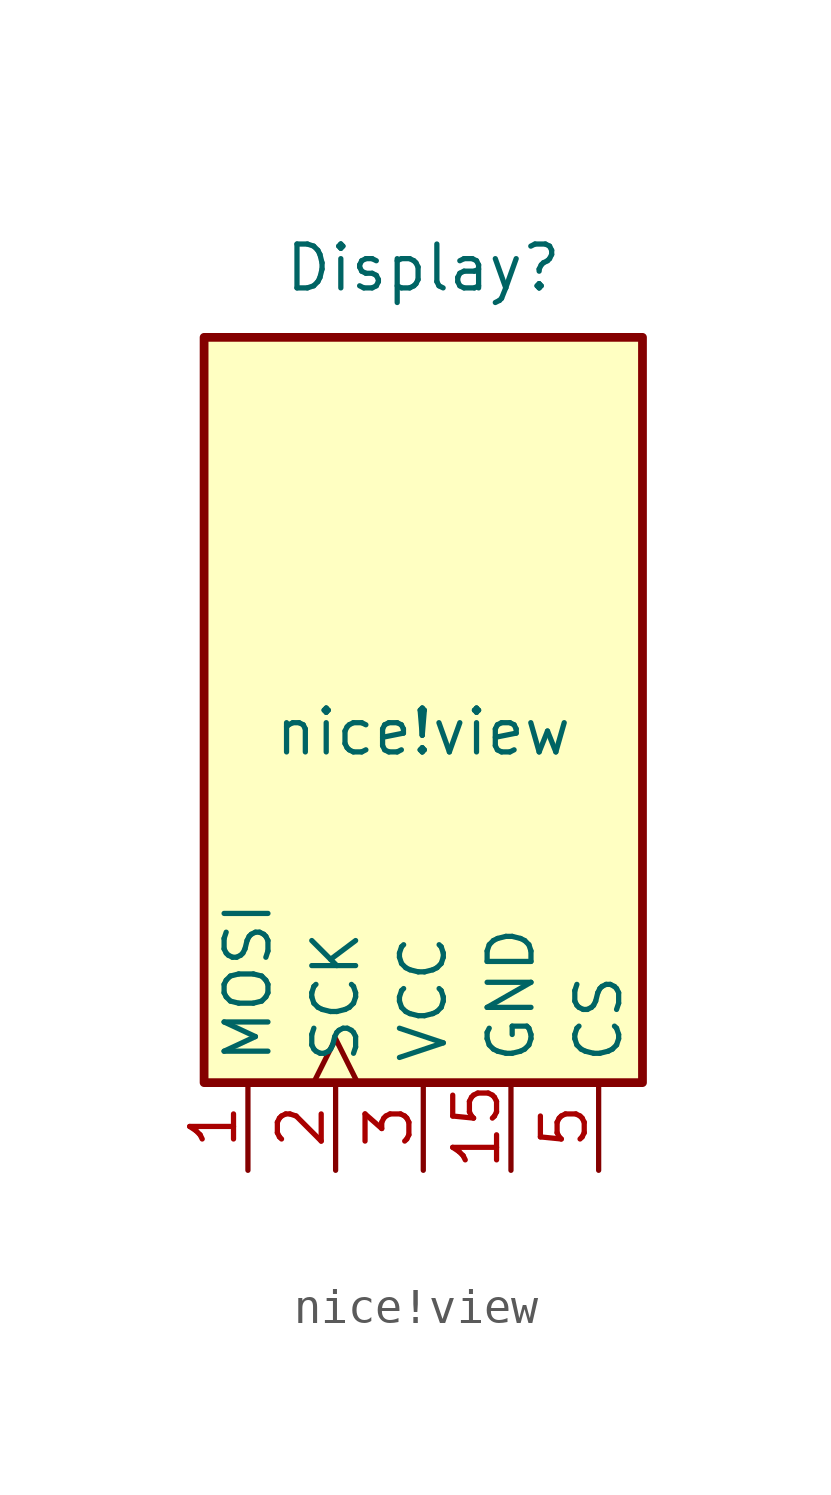
<source format=kicad_sym>
(kicad_symbol_lib
  (version 20211014)
  (generator kicad_symbol_editor)
  (symbol "nice!view"
    (property "Reference" "Display"
      (at 0 12.7 0)
      (effects (font (size 1.27 1.27)) (justify bottom)))
    (property "Value" "nice!view"
      (at 0 0 0)
      (effects (font (size 1.27 1.27))))
    (symbol "nice!view_0_1"
      (rectangle (start -6.35 11.43) (end 6.35 -10.16) (stroke (width 0.254) (type default) (color 0 0 0 0)) (fill (type background))))
    (symbol "nice!view_1_1"
      (pin input line (at -5.08 -12.7 90) (length 2.54) (name "MOSI" (effects (font (size 1.27 1.27)))) (number "1" (effects (font (size 1.27 1.27)))))
      (pin power_out line (at 2.54 -12.7 90) (length 2.54) (name "GND" (effects (font (size 1.27 1.27)))) (number "15" (effects (font (size 1.27 1.27)))))
      (pin input clock (at -2.54 -12.7 90) (length 2.54) (name "SCK" (effects (font (size 1.27 1.27)))) (number "2" (effects (font (size 1.27 1.27)))))
      (pin power_in line (at 0 -12.7 90) (length 2.54) (name "VCC" (effects (font (size 1.27 1.27)))) (number "3" (effects (font (size 1.27 1.27)))))
      (pin passive line (at 5.08 -12.7 90) (length 2.54) (name "CS" (effects (font (size 1.27 1.27)))) (number "5" (effects (font (size 1.27 1.27))))))))
</source>
